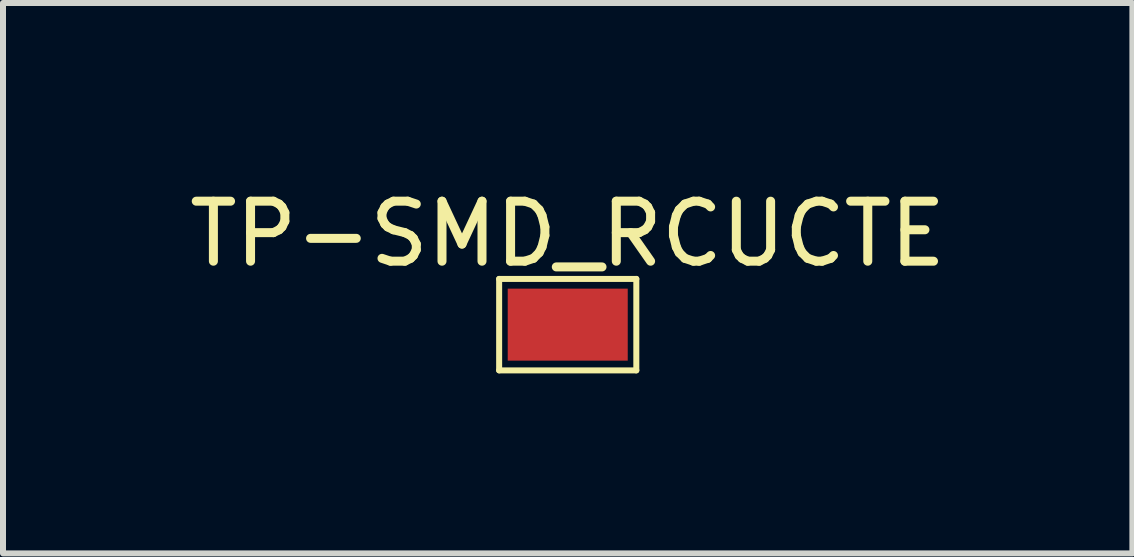
<source format=kicad_pcb>
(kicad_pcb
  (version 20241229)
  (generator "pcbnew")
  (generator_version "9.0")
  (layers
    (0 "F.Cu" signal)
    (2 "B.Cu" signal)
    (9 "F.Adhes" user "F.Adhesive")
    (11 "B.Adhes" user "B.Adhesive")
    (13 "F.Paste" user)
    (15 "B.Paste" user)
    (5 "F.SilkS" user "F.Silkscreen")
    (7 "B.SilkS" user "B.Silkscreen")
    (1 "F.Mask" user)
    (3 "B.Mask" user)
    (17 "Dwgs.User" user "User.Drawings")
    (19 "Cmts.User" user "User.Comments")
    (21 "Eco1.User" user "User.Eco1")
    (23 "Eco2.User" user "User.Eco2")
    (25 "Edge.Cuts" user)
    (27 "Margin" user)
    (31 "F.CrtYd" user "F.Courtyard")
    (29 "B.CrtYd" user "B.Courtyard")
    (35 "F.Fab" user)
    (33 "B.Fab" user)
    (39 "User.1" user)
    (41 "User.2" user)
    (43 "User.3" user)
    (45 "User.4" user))
  (footprint "TP-SMD_RCUCTE"
    (layer "F.Cu")
    (at 6.411 2.36)
    (property "Reference" "TP-SMD_RCUCTE" (at 0 -1.512 0) (layer "F.SilkS") (effects (font (size 1 1) (thickness 0.15))))
    (fp_line (start -1.143 -0.762) (end 1.143 -0.762) (stroke (width 0.1) (type default)) (layer "F.SilkS"))
    (fp_line (start -1.143 0.762) (end -1.143 -0.762) (stroke (width 0.1) (type default)) (layer "F.SilkS"))
    (fp_line (start 1.143 -0.762) (end 1.143 0.762) (stroke (width 0.1) (type default)) (layer "F.SilkS"))
    (fp_line (start 1.143 0.762) (end -1.143 0.762) (stroke (width 0.1) (type default)) (layer "F.SilkS"))
    (fp_poly (pts (xy -0.8 -0.4) (xy 0.8 -0.4) (xy 0.8 0.4) (xy -0.8 0.4)) (stroke (width 0.1) (type default)) (fill no) (layer "User.1"))
    (fp_line (start -0.8 -0.4) (end 0.8 -0.4) (stroke (width 0.051) (type default)) (layer "User.2"))
    (fp_line (start -0.8 0.4) (end -0.8 -0.4) (stroke (width 0.051) (type default)) (layer "User.2"))
    (fp_line (start 0.8 -0.4) (end 0.8 0.4) (stroke (width 0.051) (type default)) (layer "User.2"))
    (fp_line (start 0.8 0.4) (end -0.8 0.4) (stroke (width 0.051) (type default)) (layer "User.2"))
    (fp_poly (pts (xy 0.86 -0.4) (xy 0.842 -0.442) (xy 0.8 -0.46) (xy 0.758 -0.442) (xy 0.74 -0.4) (xy 0.758 -0.358) (xy 0.8 -0.34) (xy 0.842 -0.358)) (stroke (width 0.1) (type default)) (fill no) (layer "User.3"))
    (pad "1" smd rect (at 0 0) (size 2 1.2) (layers "F.Cu" "F.Mask" "F.Paste")))
  (gr_rect
    (start -3 -3)
    (end 15.821 6.172)
    (stroke (width 0.1) (type default))
    (fill no)
    (layer "Edge.Cuts")))
</source>
